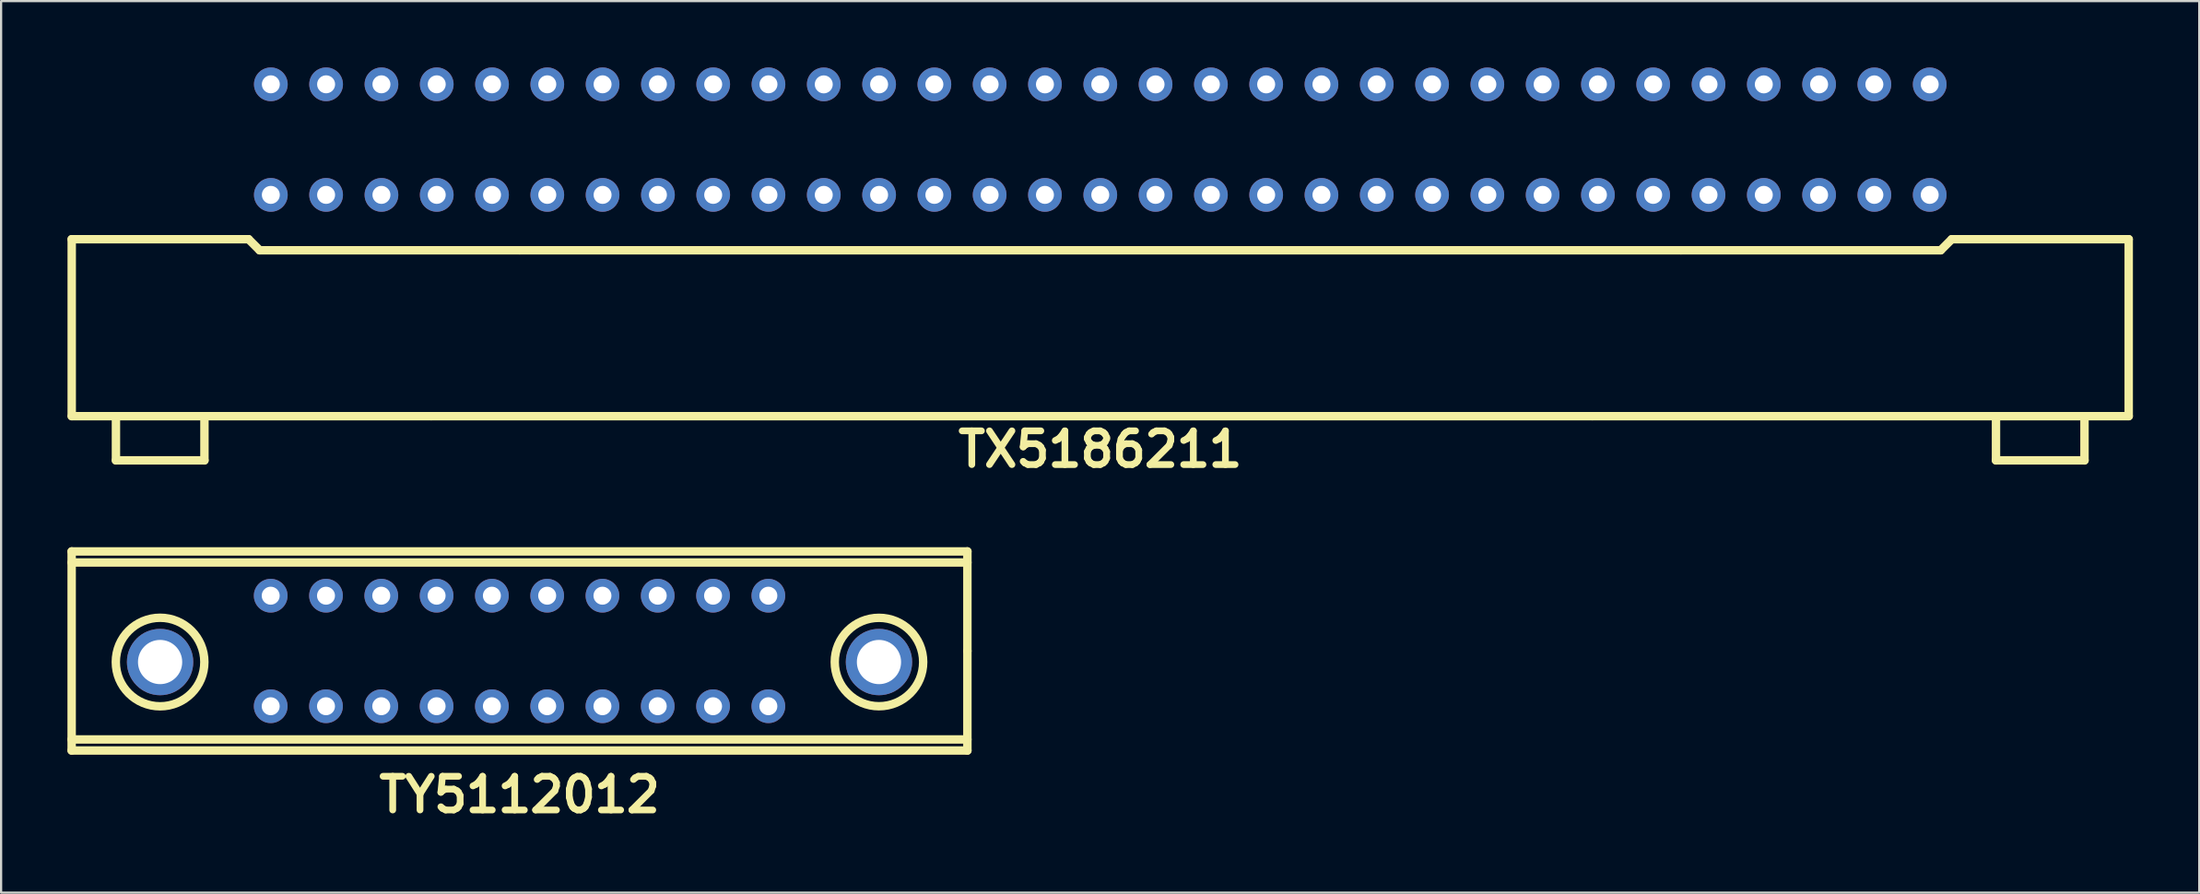
<source format=kicad_pcb>
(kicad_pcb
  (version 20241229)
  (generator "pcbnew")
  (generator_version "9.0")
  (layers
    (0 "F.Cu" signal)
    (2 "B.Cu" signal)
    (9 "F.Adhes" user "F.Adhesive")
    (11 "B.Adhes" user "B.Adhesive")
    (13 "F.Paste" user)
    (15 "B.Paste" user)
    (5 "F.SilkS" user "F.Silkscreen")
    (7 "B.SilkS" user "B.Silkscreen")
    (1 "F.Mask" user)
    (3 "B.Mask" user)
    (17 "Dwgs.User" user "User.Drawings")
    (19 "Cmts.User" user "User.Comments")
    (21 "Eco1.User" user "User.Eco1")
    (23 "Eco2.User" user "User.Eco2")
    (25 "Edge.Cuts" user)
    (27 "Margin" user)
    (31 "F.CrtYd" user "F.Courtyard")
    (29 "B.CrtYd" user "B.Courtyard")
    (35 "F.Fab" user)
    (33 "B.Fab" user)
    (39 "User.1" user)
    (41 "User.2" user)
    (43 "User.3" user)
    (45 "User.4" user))
  (footprint "TX5186211"
    (layer "F.Cu")
    (at 46.693 7.765)
    (property "Reference" "TX5186211" (at 0 9.5 0) (layer "F.SilkS") (effects (font (size 1.524 1.524) (thickness 0.305))))
    (attr through_hole)
    (fp_line (start -46.502 0) (end -38.504 0) (stroke (width 0.381) (type solid)) (layer "F.SilkS"))
    (fp_line (start -46.5 8.001) (end -46.5 0) (stroke (width 0.381) (type solid)) (layer "F.SilkS"))
    (fp_line (start -44.501 10) (end -44.501 8.001) (stroke (width 0.381) (type solid)) (layer "F.SilkS"))
    (fp_line (start -40.5 8.001) (end -40.5 10) (stroke (width 0.381) (type solid)) (layer "F.SilkS"))
    (fp_line (start -40.5 10) (end -44.501 10) (stroke (width 0.381) (type solid)) (layer "F.SilkS"))
    (fp_line (start -38.504 0) (end -38.003 0.5) (stroke (width 0.381) (type solid)) (layer "F.SilkS"))
    (fp_line (start -38.003 0.5) (end -26.253 0.5) (stroke (width 0.381) (type solid)) (layer "F.SilkS"))
    (fp_line (start -30.249 8.001) (end -46.497 8.001) (stroke (width 0.381) (type solid)) (layer "F.SilkS"))
    (fp_line (start -26.251 0.5) (end 26.251 0.5) (stroke (width 0.381) (type solid)) (layer "F.SilkS"))
    (fp_line (start 22.25 8.001) (end -30.249 8.001) (stroke (width 0.381) (type solid)) (layer "F.SilkS"))
    (fp_line (start 38.001 0.5) (end 26.251 0.5) (stroke (width 0.381) (type solid)) (layer "F.SilkS"))
    (fp_line (start 38.501 0) (end 38.001 0.5) (stroke (width 0.381) (type solid)) (layer "F.SilkS"))
    (fp_line (start 40.5 10) (end 40.5 8.001) (stroke (width 0.381) (type solid)) (layer "F.SilkS"))
    (fp_line (start 44.501 8.001) (end 44.501 10) (stroke (width 0.381) (type solid)) (layer "F.SilkS"))
    (fp_line (start 44.501 10) (end 40.5 10) (stroke (width 0.381) (type solid)) (layer "F.SilkS"))
    (fp_line (start 46.5 0) (end 38.501 0) (stroke (width 0.381) (type solid)) (layer "F.SilkS"))
    (fp_line (start 46.5 0) (end 46.5 8.001) (stroke (width 0.381) (type solid)) (layer "F.SilkS"))
    (fp_line (start 46.5 8.001) (end 22.25 8.001) (stroke (width 0.381) (type solid)) (layer "F.SilkS"))
    (pad "1" thru_hole circle (at -37.498 -2.004 180) (size 1.524 1.524) (drill 0.813) (layers "*.Cu" "*.Mask"))
    (pad "2" thru_hole circle (at -37.498 -7.003 180) (size 1.524 1.524) (drill 0.813) (layers "*.Cu" "*.Mask"))
    (pad "3" thru_hole circle (at -34.999 -2.004 180) (size 1.524 1.524) (drill 0.813) (layers "*.Cu" "*.Mask"))
    (pad "4" thru_hole circle (at -34.999 -7.003 180) (size 1.524 1.524) (drill 0.813) (layers "*.Cu" "*.Mask"))
    (pad "5" thru_hole circle (at -32.497 -2.004 180) (size 1.524 1.524) (drill 0.813) (layers "*.Cu" "*.Mask"))
    (pad "6" thru_hole circle (at -32.497 -7.003 180) (size 1.524 1.524) (drill 0.813) (layers "*.Cu" "*.Mask"))
    (pad "7" thru_hole circle (at -29.997 -2.004 180) (size 1.524 1.524) (drill 0.813) (layers "*.Cu" "*.Mask"))
    (pad "8" thru_hole circle (at -29.997 -7.003 180) (size 1.524 1.524) (drill 0.813) (layers "*.Cu" "*.Mask"))
    (pad "9" thru_hole circle (at -27.498 -2.004 180) (size 1.524 1.524) (drill 0.813) (layers "*.Cu" "*.Mask"))
    (pad "10" thru_hole circle (at -27.498 -7.003 180) (size 1.524 1.524) (drill 0.813) (layers "*.Cu" "*.Mask"))
    (pad "11" thru_hole circle (at -24.999 -2.004 180) (size 1.524 1.524) (drill 0.813) (layers "*.Cu" "*.Mask"))
    (pad "12" thru_hole circle (at -24.999 -7.003 180) (size 1.524 1.524) (drill 0.813) (layers "*.Cu" "*.Mask"))
    (pad "13" thru_hole circle (at -22.499 -2.004 180) (size 1.524 1.524) (drill 0.813) (layers "*.Cu" "*.Mask"))
    (pad "14" thru_hole circle (at -22.499 -7.003 180) (size 1.524 1.524) (drill 0.813) (layers "*.Cu" "*.Mask"))
    (pad "15" thru_hole circle (at -19.997 -2.004 180) (size 1.524 1.524) (drill 0.813) (layers "*.Cu" "*.Mask"))
    (pad "16" thru_hole circle (at -19.997 -7.003 180) (size 1.524 1.524) (drill 0.813) (layers "*.Cu" "*.Mask"))
    (pad "17" thru_hole circle (at -17.498 -2.004 180) (size 1.524 1.524) (drill 0.813) (layers "*.Cu" "*.Mask"))
    (pad "18" thru_hole circle (at -17.498 -7.003 180) (size 1.524 1.524) (drill 0.813) (layers "*.Cu" "*.Mask"))
    (pad "19" thru_hole circle (at -14.999 -2.004 180) (size 1.524 1.524) (drill 0.813) (layers "*.Cu" "*.Mask"))
    (pad "20" thru_hole circle (at -14.999 -7.003 180) (size 1.524 1.524) (drill 0.813) (layers "*.Cu" "*.Mask"))
    (pad "21" thru_hole circle (at -12.499 -2.004 180) (size 1.524 1.524) (drill 0.813) (layers "*.Cu" "*.Mask"))
    (pad "22" thru_hole circle (at -12.499 -7 180) (size 1.524 1.524) (drill 0.813) (layers "*.Cu" "*.Mask"))
    (pad "23" thru_hole circle (at -9.997 -2.004 180) (size 1.524 1.524) (drill 0.813) (layers "*.Cu" "*.Mask"))
    (pad "24" thru_hole circle (at -9.997 -7 180) (size 1.524 1.524) (drill 0.813) (layers "*.Cu" "*.Mask"))
    (pad "25" thru_hole circle (at -7.498 -2.004 180) (size 1.524 1.524) (drill 0.813) (layers "*.Cu" "*.Mask"))
    (pad "26" thru_hole circle (at -7.498 -7 180) (size 1.524 1.524) (drill 0.813) (layers "*.Cu" "*.Mask"))
    (pad "27" thru_hole circle (at -4.999 -2.004 180) (size 1.524 1.524) (drill 0.813) (layers "*.Cu" "*.Mask"))
    (pad "28" thru_hole circle (at -4.999 -7 180) (size 1.524 1.524) (drill 0.813) (layers "*.Cu" "*.Mask"))
    (pad "29" thru_hole circle (at -2.499 -2.004 180) (size 1.524 1.524) (drill 0.813) (layers "*.Cu" "*.Mask"))
    (pad "30" thru_hole circle (at -2.499 -7 180) (size 1.524 1.524) (drill 0.813) (layers "*.Cu" "*.Mask"))
    (pad "31" thru_hole circle (at 0.003 -2.004 180) (size 1.524 1.524) (drill 0.813) (layers "*.Cu" "*.Mask"))
    (pad "32" thru_hole circle (at 0.003 -7 180) (size 1.524 1.524) (drill 0.813) (layers "*.Cu" "*.Mask"))
    (pad "33" thru_hole circle (at 2.502 -2.004 180) (size 1.524 1.524) (drill 0.813) (layers "*.Cu" "*.Mask"))
    (pad "34" thru_hole circle (at 2.502 -7 180) (size 1.524 1.524) (drill 0.813) (layers "*.Cu" "*.Mask"))
    (pad "35" thru_hole circle (at 5.004 -2.004 180) (size 1.524 1.524) (drill 0.813) (layers "*.Cu" "*.Mask"))
    (pad "36" thru_hole circle (at 5.004 -7 180) (size 1.524 1.524) (drill 0.813) (layers "*.Cu" "*.Mask"))
    (pad "37" thru_hole circle (at 7.503 -2.004 180) (size 1.524 1.524) (drill 0.813) (layers "*.Cu" "*.Mask"))
    (pad "38" thru_hole circle (at 7.503 -7 180) (size 1.524 1.524) (drill 0.813) (layers "*.Cu" "*.Mask"))
    (pad "39" thru_hole circle (at 10.003 -2.004 180) (size 1.524 1.524) (drill 0.813) (layers "*.Cu" "*.Mask"))
    (pad "40" thru_hole circle (at 10.003 -7 180) (size 1.524 1.524) (drill 0.813) (layers "*.Cu" "*.Mask"))
    (pad "41" thru_hole circle (at 12.502 -2.004 180) (size 1.524 1.524) (drill 0.813) (layers "*.Cu" "*.Mask"))
    (pad "42" thru_hole circle (at 12.502 -7 180) (size 1.524 1.524) (drill 0.813) (layers "*.Cu" "*.Mask"))
    (pad "43" thru_hole circle (at 15.004 -2.004 180) (size 1.524 1.524) (drill 0.813) (layers "*.Cu" "*.Mask"))
    (pad "44" thru_hole circle (at 15.004 -7 180) (size 1.524 1.524) (drill 0.813) (layers "*.Cu" "*.Mask"))
    (pad "45" thru_hole circle (at 17.503 -2.004 180) (size 1.524 1.524) (drill 0.813) (layers "*.Cu" "*.Mask"))
    (pad "46" thru_hole circle (at 17.503 -7 180) (size 1.524 1.524) (drill 0.813) (layers "*.Cu" "*.Mask"))
    (pad "47" thru_hole circle (at 20.003 -2.004 180) (size 1.524 1.524) (drill 0.813) (layers "*.Cu" "*.Mask"))
    (pad "48" thru_hole circle (at 20.003 -7 180) (size 1.524 1.524) (drill 0.813) (layers "*.Cu" "*.Mask"))
    (pad "49" thru_hole circle (at 22.502 -2.004 180) (size 1.524 1.524) (drill 0.813) (layers "*.Cu" "*.Mask"))
    (pad "50" thru_hole circle (at 22.502 -7 180) (size 1.524 1.524) (drill 0.813) (layers "*.Cu" "*.Mask"))
    (pad "51" thru_hole circle (at 25.001 -2.004 180) (size 1.524 1.524) (drill 0.813) (layers "*.Cu" "*.Mask"))
    (pad "52" thru_hole circle (at 25.001 -7 180) (size 1.524 1.524) (drill 0.813) (layers "*.Cu" "*.Mask"))
    (pad "53" thru_hole circle (at 27.503 -2.004 180) (size 1.524 1.524) (drill 0.813) (layers "*.Cu" "*.Mask"))
    (pad "54" thru_hole circle (at 27.503 -7 180) (size 1.524 1.524) (drill 0.813) (layers "*.Cu" "*.Mask"))
    (pad "55" thru_hole circle (at 30.002 -2.004 180) (size 1.524 1.524) (drill 0.813) (layers "*.Cu" "*.Mask"))
    (pad "56" thru_hole circle (at 30.002 -7 180) (size 1.524 1.524) (drill 0.813) (layers "*.Cu" "*.Mask"))
    (pad "57" thru_hole circle (at 32.502 -2.004 180) (size 1.524 1.524) (drill 0.813) (layers "*.Cu" "*.Mask"))
    (pad "58" thru_hole circle (at 32.502 -7 180) (size 1.524 1.524) (drill 0.813) (layers "*.Cu" "*.Mask"))
    (pad "59" thru_hole circle (at 35.001 -2.004 180) (size 1.524 1.524) (drill 0.813) (layers "*.Cu" "*.Mask"))
    (pad "60" thru_hole circle (at 35.001 -7 180) (size 1.524 1.524) (drill 0.813) (layers "*.Cu" "*.Mask"))
    (pad "61" thru_hole circle (at 37.503 -2.004 180) (size 1.524 1.524) (drill 0.813) (layers "*.Cu" "*.Mask"))
    (pad "62" thru_hole circle (at 37.503 -7 180) (size 1.524 1.524) (drill 0.813) (layers "*.Cu" "*.Mask")))
  (footprint "TY5112012"
    (layer "F.Cu")
    (at 20.439 26.382)
    (property "Reference" "TY5112012" (at 0 6.5 0) (layer "F.SilkS") (effects (font (size 1.524 1.524) (thickness 0.305))))
    (attr through_hole)
    (fp_line (start -20.249 -4.501) (end -20.249 4.501) (stroke (width 0.381) (type solid)) (layer "F.SilkS"))
    (fp_line (start -20.249 -4) (end 20.249 -4) (stroke (width 0.381) (type solid)) (layer "F.SilkS"))
    (fp_line (start -20.249 4) (end 20.249 4) (stroke (width 0.381) (type solid)) (layer "F.SilkS"))
    (fp_line (start -20.249 4.501) (end 20.249 4.501) (stroke (width 0.381) (type solid)) (layer "F.SilkS"))
    (fp_line (start 20.249 -4.501) (end -20.249 -4.501) (stroke (width 0.381) (type solid)) (layer "F.SilkS"))
    (fp_line (start 20.249 0) (end 20.249 -4.501) (stroke (width 0.381) (type solid)) (layer "F.SilkS"))
    (fp_line (start 20.249 4.501) (end 20.249 0) (stroke (width 0.381) (type solid)) (layer "F.SilkS"))
    (fp_circle (center -16.251 0.5) (end -14.249 0.5) (stroke (width 0.381) (type solid)) (fill no) (layer "F.SilkS"))
    (fp_circle (center 16.251 0.5) (end 18.25 0.5) (stroke (width 0.381) (type solid)) (fill no) (layer "F.SilkS"))
    (pad "" thru_hole circle (at -16.251 0.5) (size 3 3) (drill 1.999) (layers "*.Cu" "*.Mask"))
    (pad "" thru_hole circle (at 16.251 0.5) (size 3 3) (drill 1.999) (layers "*.Cu" "*.Mask"))
    (pad "1" thru_hole circle (at 11.25 2.499) (size 1.524 1.524) (drill 0.813) (layers "*.Cu" "*.Mask"))
    (pad "2" thru_hole circle (at 11.25 -2.499) (size 1.524 1.524) (drill 0.813) (layers "*.Cu" "*.Mask"))
    (pad "3" thru_hole circle (at 8.75 2.499) (size 1.524 1.524) (drill 0.813) (layers "*.Cu" "*.Mask"))
    (pad "4" thru_hole circle (at 8.75 -2.499) (size 1.524 1.524) (drill 0.813) (layers "*.Cu" "*.Mask"))
    (pad "5" thru_hole circle (at 6.248 2.499) (size 1.524 1.524) (drill 0.813) (layers "*.Cu" "*.Mask"))
    (pad "6" thru_hole circle (at 6.248 -2.499) (size 1.524 1.524) (drill 0.813) (layers "*.Cu" "*.Mask"))
    (pad "7" thru_hole circle (at 3.749 2.499) (size 1.524 1.524) (drill 0.813) (layers "*.Cu" "*.Mask"))
    (pad "8" thru_hole circle (at 3.749 -2.499) (size 1.524 1.524) (drill 0.813) (layers "*.Cu" "*.Mask"))
    (pad "9" thru_hole circle (at 1.25 2.499) (size 1.524 1.524) (drill 0.813) (layers "*.Cu" "*.Mask"))
    (pad "10" thru_hole circle (at 1.25 -2.499) (size 1.524 1.524) (drill 0.813) (layers "*.Cu" "*.Mask"))
    (pad "11" thru_hole circle (at -1.25 2.499) (size 1.524 1.524) (drill 0.813) (layers "*.Cu" "*.Mask"))
    (pad "12" thru_hole circle (at -1.25 -2.499) (size 1.524 1.524) (drill 0.813) (layers "*.Cu" "*.Mask"))
    (pad "13" thru_hole circle (at -3.749 2.499) (size 1.524 1.524) (drill 0.813) (layers "*.Cu" "*.Mask"))
    (pad "14" thru_hole circle (at -3.749 -2.499) (size 1.524 1.524) (drill 0.813) (layers "*.Cu" "*.Mask"))
    (pad "15" thru_hole circle (at -6.251 2.499) (size 1.524 1.524) (drill 0.813) (layers "*.Cu" "*.Mask"))
    (pad "16" thru_hole circle (at -6.251 -2.499) (size 1.524 1.524) (drill 0.813) (layers "*.Cu" "*.Mask"))
    (pad "17" thru_hole circle (at -8.75 2.499) (size 1.524 1.524) (drill 0.813) (layers "*.Cu" "*.Mask"))
    (pad "18" thru_hole circle (at -8.75 -2.499) (size 1.524 1.524) (drill 0.813) (layers "*.Cu" "*.Mask"))
    (pad "19" thru_hole circle (at -11.25 2.499) (size 1.524 1.524) (drill 0.813) (layers "*.Cu" "*.Mask"))
    (pad "20" thru_hole circle (at -11.25 -2.499) (size 1.524 1.524) (drill 0.813) (layers "*.Cu" "*.Mask")))
  (gr_rect
    (start -3 -3)
    (end 96.383 37.309)
    (stroke (width 0.1) (type default))
    (fill no)
    (layer "Edge.Cuts")))
</source>
